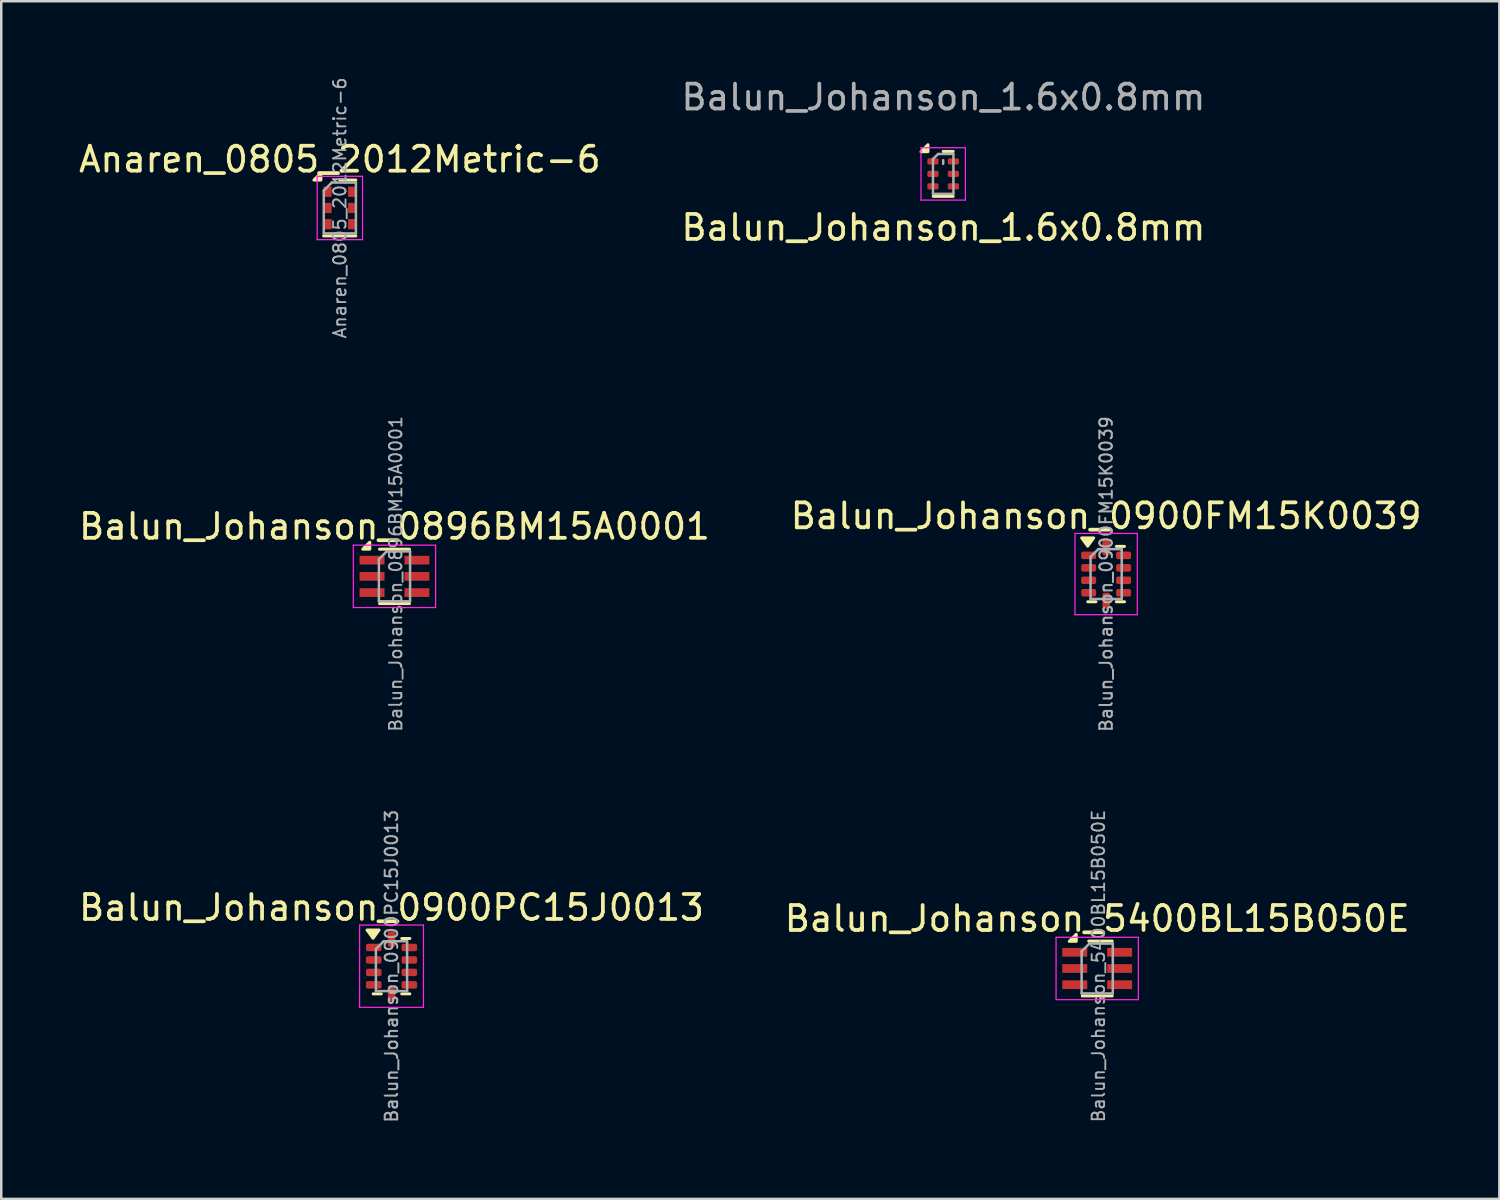
<source format=kicad_pcb>
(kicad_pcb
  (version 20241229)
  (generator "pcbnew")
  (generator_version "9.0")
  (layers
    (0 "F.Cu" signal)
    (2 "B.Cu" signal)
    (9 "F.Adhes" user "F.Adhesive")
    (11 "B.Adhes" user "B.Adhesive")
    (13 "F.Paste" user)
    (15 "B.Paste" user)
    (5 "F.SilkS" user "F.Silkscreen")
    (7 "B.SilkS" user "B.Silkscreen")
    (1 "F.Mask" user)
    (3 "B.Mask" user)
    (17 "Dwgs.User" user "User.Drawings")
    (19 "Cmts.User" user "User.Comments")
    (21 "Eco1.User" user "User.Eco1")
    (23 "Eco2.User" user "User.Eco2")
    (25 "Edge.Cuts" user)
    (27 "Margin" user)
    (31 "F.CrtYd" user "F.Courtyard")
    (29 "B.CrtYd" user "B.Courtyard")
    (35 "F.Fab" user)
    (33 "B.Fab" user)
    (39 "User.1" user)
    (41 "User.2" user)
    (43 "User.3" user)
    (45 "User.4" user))
  (footprint "Anaren_0805_2012Metric-6"
    (layer "F.Cu")
    (at 10.577 5.289)
    (property "Reference" "Anaren_0805_2012Metric-6" (at 0 -1.95 0) (layer "F.SilkS") (effects (font (size 1 1) (thickness 0.15))))
    (attr smd)
    (fp_line (start -0.65 1.12) (end 0.64 1.12) (stroke (width 0.12) (type solid)) (layer "F.SilkS"))
    (fp_line (start -0.005 -1.12) (end 0.64 -1.12) (stroke (width 0.12) (type solid)) (layer "F.SilkS"))
    (fp_poly (pts (xy -0.76 -1.12) (xy -1.04 -1.12) (xy -0.76 -1.4) (xy -0.76 -1.12)) (stroke (width 0.12) (type solid)) (fill yes) (layer "F.SilkS"))
    (fp_line (start -0.91 -1.27) (end 0.91 -1.27) (stroke (width 0.05) (type solid)) (layer "F.CrtYd"))
    (fp_line (start -0.91 1.27) (end -0.91 -1.27) (stroke (width 0.05) (type solid)) (layer "F.CrtYd"))
    (fp_line (start 0.91 -1.27) (end 0.91 1.27) (stroke (width 0.05) (type solid)) (layer "F.CrtYd"))
    (fp_line (start 0.91 1.27) (end -0.91 1.27) (stroke (width 0.05) (type solid)) (layer "F.CrtYd"))
    (fp_line (start -0.645 -0.698) (end -0.645 1.02) (stroke (width 0.1) (type solid)) (layer "F.Fab"))
    (fp_line (start -0.645 -0.698) (end -0.323 -1.02) (stroke (width 0.1) (type solid)) (layer "F.Fab"))
    (fp_line (start -0.645 1.02) (end 0.645 1.02) (stroke (width 0.1) (type solid)) (layer "F.Fab"))
    (fp_line (start 0.645 -1.02) (end -0.323 -1.02) (stroke (width 0.1) (type solid)) (layer "F.Fab"))
    (fp_line (start 0.645 1.02) (end 0.645 -1.02) (stroke (width 0.1) (type solid)) (layer "F.Fab"))
    (fp_text user "${REFERENCE}" (at 0 0 90) (layer "F.Fab") (effects (font (size 0.5 0.5) (thickness 0.075))))
    (pad "1" smd rect (at -0.495 -0.65 270) (size 0.41 0.33) (layers "F.Cu" "F.Mask" "F.Paste"))
    (pad "2" smd rect (at -0.495 0 270) (size 0.41 0.33) (layers "F.Cu" "F.Mask" "F.Paste"))
    (pad "3" smd rect (at -0.495 0.65 270) (size 0.41 0.33) (layers "F.Cu" "F.Mask" "F.Paste"))
    (pad "4" smd rect (at 0.495 0.65 270) (size 0.41 0.33) (layers "F.Cu" "F.Mask" "F.Paste"))
    (pad "5" smd rect (at 0.495 0 270) (size 0.41 0.33) (layers "F.Cu" "F.Mask" "F.Paste"))
    (pad "6" smd rect (at 0.495 -0.65 270) (size 0.41 0.33) (layers "F.Cu" "F.Mask" "F.Paste")))
  (footprint "Balun_Johanson_1.6x0.8mm"
    (layer "F.Cu")
    (at 34.77 3.923)
    (property "Reference" "Balun_Johanson_1.6x0.8mm" (at 0.01 2.15 0) (layer "F.SilkS") (effects (font (size 1 1) (thickness 0.15))))
    (attr smd)
    (fp_line (start -0.4 0.9) (end 0.4 0.9) (stroke (width 0.12) (type solid)) (layer "F.SilkS"))
    (fp_line (start 0 -0.9) (end 0.4 -0.9) (stroke (width 0.12) (type solid)) (layer "F.SilkS"))
    (fp_poly (pts (xy -0.61 -0.89) (xy -0.89 -0.89) (xy -0.61 -1.17) (xy -0.61 -0.89)) (stroke (width 0.12) (type solid)) (fill yes) (layer "F.SilkS"))
    (fp_line (start -0.89 -1.05) (end 0.89 -1.05) (stroke (width 0.05) (type solid)) (layer "F.CrtYd"))
    (fp_line (start -0.89 1.05) (end -0.89 -1.05) (stroke (width 0.05) (type solid)) (layer "F.CrtYd"))
    (fp_line (start 0.89 -1.05) (end 0.89 1.05) (stroke (width 0.05) (type solid)) (layer "F.CrtYd"))
    (fp_line (start 0.89 1.05) (end -0.89 1.05) (stroke (width 0.05) (type solid)) (layer "F.CrtYd"))
    (fp_line (start -0.41 -0.6) (end -0.41 0.8) (stroke (width 0.1) (type solid)) (layer "F.Fab"))
    (fp_line (start -0.41 -0.6) (end -0.2 -0.8) (stroke (width 0.1) (type solid)) (layer "F.Fab"))
    (fp_line (start -0.41 0.8) (end 0.41 0.8) (stroke (width 0.1) (type solid)) (layer "F.Fab"))
    (fp_line (start 0 -0.55) (end 0 -0.4) (stroke (width 0.1) (type solid)) (layer "F.Fab"))
    (fp_line (start 0.41 -0.8) (end -0.2 -0.8) (stroke (width 0.1) (type solid)) (layer "F.Fab"))
    (fp_line (start 0.41 0.8) (end 0.41 -0.8) (stroke (width 0.1) (type solid)) (layer "F.Fab"))
    (fp_text user "${REFERENCE}" (at 0.01 -3.075 0) (layer "F.Fab") (effects (font (size 1 1) (thickness 0.15))))
    (pad "1" smd roundrect (at -0.41 -0.5 180) (size 0.45 0.25) (layers "F.Cu" "F.Mask" "F.Paste") (roundrect_rratio 0.25))
    (pad "2" smd roundrect (at -0.41 0) (size 0.45 0.25) (layers "F.Cu" "F.Mask" "F.Paste") (roundrect_rratio 0.25))
    (pad "3" smd roundrect (at -0.41 0.5) (size 0.45 0.25) (layers "F.Cu" "F.Mask" "F.Paste") (roundrect_rratio 0.25))
    (pad "4" smd roundrect (at 0.41 0.5) (size 0.45 0.25) (layers "F.Cu" "F.Mask" "F.Paste") (roundrect_rratio 0.25))
    (pad "5" smd roundrect (at 0.41 0) (size 0.45 0.25) (layers "F.Cu" "F.Mask" "F.Paste") (roundrect_rratio 0.25))
    (pad "6" smd roundrect (at 0.41 -0.5) (size 0.45 0.25) (layers "F.Cu" "F.Mask" "F.Paste") (roundrect_rratio 0.25)))
  (footprint "Balun_Johanson_0900PC15J0013"
    (layer "F.Cu")
    (at 12.649 35.692)
    (property "Reference" "Balun_Johanson_0900PC15J0013" (at 0 -2.35 0) (layer "F.SilkS") (effects (font (size 1 1) (thickness 0.15))))
    (attr smd)
    (fp_line (start -0.41 1.11) (end -0.735 1.11) (stroke (width 0.12) (type solid)) (layer "F.SilkS"))
    (fp_line (start 0.41 -1.11) (end 0.735 -1.11) (stroke (width 0.12) (type solid)) (layer "F.SilkS"))
    (fp_line (start 0.41 1.11) (end 0.735 1.11) (stroke (width 0.12) (type solid)) (layer "F.SilkS"))
    (fp_poly (pts (xy -0.74 -1.12) (xy -0.98 -1.45) (xy -0.5 -1.45) (xy -0.74 -1.12)) (stroke (width 0.12) (type solid)) (fill yes) (layer "F.SilkS"))
    (fp_line (start -1.28 -1.65) (end -1.28 1.65) (stroke (width 0.05) (type solid)) (layer "F.CrtYd"))
    (fp_line (start -1.28 1.65) (end 1.28 1.65) (stroke (width 0.05) (type solid)) (layer "F.CrtYd"))
    (fp_line (start 1.28 -1.65) (end -1.28 -1.65) (stroke (width 0.05) (type solid)) (layer "F.CrtYd"))
    (fp_line (start 1.28 1.65) (end 1.28 -1.65) (stroke (width 0.05) (type solid)) (layer "F.CrtYd"))
    (fp_line (start -0.625 -0.688) (end -0.312 -1) (stroke (width 0.1) (type solid)) (layer "F.Fab"))
    (fp_line (start -0.625 1) (end -0.625 -0.688) (stroke (width 0.1) (type solid)) (layer "F.Fab"))
    (fp_line (start -0.312 -1) (end 0.625 -1) (stroke (width 0.1) (type solid)) (layer "F.Fab"))
    (fp_line (start 0.625 -1) (end 0.625 1) (stroke (width 0.1) (type solid)) (layer "F.Fab"))
    (fp_line (start 0.625 1) (end -0.625 1) (stroke (width 0.1) (type solid)) (layer "F.Fab"))
    (fp_text user "${REFERENCE}" (at 0 0 90) (layer "F.Fab") (effects (font (size 0.5 0.5) (thickness 0.08))))
    (pad "1" smd roundrect (at -0.713 -0.75) (size 0.625 0.3) (layers "F.Cu" "F.Mask" "F.Paste") (roundrect_rratio 0.25))
    (pad "2" smd roundrect (at -0.713 -0.25) (size 0.625 0.3) (layers "F.Cu" "F.Mask" "F.Paste") (roundrect_rratio 0.25))
    (pad "3" smd roundrect (at -0.713 0.25) (size 0.625 0.3) (layers "F.Cu" "F.Mask" "F.Paste") (roundrect_rratio 0.25))
    (pad "4" smd roundrect (at -0.713 0.75) (size 0.625 0.3) (layers "F.Cu" "F.Mask" "F.Paste") (roundrect_rratio 0.25))
    (pad "5" smd roundrect (at 0 1.087) (size 0.3 0.625) (layers "F.Cu" "F.Mask" "F.Paste") (roundrect_rratio 0.25))
    (pad "6" smd roundrect (at 0.713 0.75) (size 0.625 0.3) (layers "F.Cu" "F.Mask" "F.Paste") (roundrect_rratio 0.25))
    (pad "7" smd roundrect (at 0.713 0.25) (size 0.625 0.3) (layers "F.Cu" "F.Mask" "F.Paste") (roundrect_rratio 0.25))
    (pad "8" smd roundrect (at 0.713 -0.25) (size 0.625 0.3) (layers "F.Cu" "F.Mask" "F.Paste") (roundrect_rratio 0.25))
    (pad "9" smd roundrect (at 0.713 -0.75) (size 0.625 0.3) (layers "F.Cu" "F.Mask" "F.Paste") (roundrect_rratio 0.25))
    (pad "10" smd roundrect (at 0 -1.087) (size 0.3 0.625) (layers "F.Cu" "F.Mask" "F.Paste") (roundrect_rratio 0.25)))
  (footprint "Balun_Johanson_0900FM15K0039"
    (layer "F.Cu")
    (at 41.304 19.969)
    (property "Reference" "Balun_Johanson_0900FM15K0039" (at 0 -2.33 0) (layer "F.SilkS") (effects (font (size 1 1) (thickness 0.15))))
    (attr smd)
    (fp_line (start -0.41 1.11) (end -0.735 1.11) (stroke (width 0.12) (type solid)) (layer "F.SilkS"))
    (fp_line (start 0.41 -1.11) (end 0.735 -1.11) (stroke (width 0.12) (type solid)) (layer "F.SilkS"))
    (fp_line (start 0.41 1.11) (end 0.735 1.11) (stroke (width 0.12) (type solid)) (layer "F.SilkS"))
    (fp_poly (pts (xy -0.74 -1.12) (xy -0.98 -1.45) (xy -0.5 -1.45) (xy -0.74 -1.12)) (stroke (width 0.12) (type solid)) (fill yes) (layer "F.SilkS"))
    (fp_line (start -1.25 -1.63) (end -1.25 1.63) (stroke (width 0.05) (type solid)) (layer "F.CrtYd"))
    (fp_line (start -1.25 1.63) (end 1.25 1.63) (stroke (width 0.05) (type solid)) (layer "F.CrtYd"))
    (fp_line (start 1.25 -1.63) (end -1.25 -1.63) (stroke (width 0.05) (type solid)) (layer "F.CrtYd"))
    (fp_line (start 1.25 1.63) (end 1.25 -1.63) (stroke (width 0.05) (type solid)) (layer "F.CrtYd"))
    (fp_line (start -0.625 -0.688) (end -0.312 -1) (stroke (width 0.1) (type solid)) (layer "F.Fab"))
    (fp_line (start -0.625 1) (end -0.625 -0.688) (stroke (width 0.1) (type solid)) (layer "F.Fab"))
    (fp_line (start -0.312 -1) (end 0.625 -1) (stroke (width 0.1) (type solid)) (layer "F.Fab"))
    (fp_line (start 0.625 -1) (end 0.625 1) (stroke (width 0.1) (type solid)) (layer "F.Fab"))
    (fp_line (start 0.625 1) (end -0.625 1) (stroke (width 0.1) (type solid)) (layer "F.Fab"))
    (fp_text user "${REFERENCE}" (at 0 0 90) (layer "F.Fab") (effects (font (size 0.5 0.5) (thickness 0.08))))
    (pad "1" smd roundrect (at -0.7 -0.75) (size 0.6 0.3) (layers "F.Cu" "F.Mask" "F.Paste") (roundrect_rratio 0.25))
    (pad "2" smd roundrect (at -0.7 -0.25) (size 0.6 0.3) (layers "F.Cu" "F.Mask" "F.Paste") (roundrect_rratio 0.25))
    (pad "3" smd roundrect (at -0.7 0.25) (size 0.6 0.3) (layers "F.Cu" "F.Mask" "F.Paste") (roundrect_rratio 0.25))
    (pad "4" smd roundrect (at -0.7 0.75) (size 0.6 0.3) (layers "F.Cu" "F.Mask" "F.Paste") (roundrect_rratio 0.25))
    (pad "5" smd roundrect (at 0 1.062) (size 0.3 0.625) (layers "F.Cu" "F.Mask" "F.Paste") (roundrect_rratio 0.25))
    (pad "6" smd roundrect (at 0.7 0.75) (size 0.6 0.3) (layers "F.Cu" "F.Mask" "F.Paste") (roundrect_rratio 0.25))
    (pad "7" smd roundrect (at 0.7 0.25) (size 0.6 0.3) (layers "F.Cu" "F.Mask" "F.Paste") (roundrect_rratio 0.25))
    (pad "8" smd roundrect (at 0.7 -0.25) (size 0.6 0.3) (layers "F.Cu" "F.Mask" "F.Paste") (roundrect_rratio 0.25))
    (pad "9" smd roundrect (at 0.7 -0.75) (size 0.6 0.3) (layers "F.Cu" "F.Mask" "F.Paste") (roundrect_rratio 0.25))
    (pad "10" smd roundrect (at 0 -1.062) (size 0.3 0.625) (layers "F.Cu" "F.Mask" "F.Paste") (roundrect_rratio 0.25)))
  (footprint "Balun_Johanson_5400BL15B050E"
    (layer "F.Cu")
    (at 40.946 35.785)
    (property "Reference" "Balun_Johanson_5400BL15B050E" (at 0 -2 0) (layer "F.SilkS") (effects (font (size 1 1) (thickness 0.15))))
    (attr smd)
    (fp_line (start -0.6 1.1) (end 0.6 1.1) (stroke (width 0.12) (type solid)) (layer "F.SilkS"))
    (fp_line (start -0.34 -1.1) (end 0.6 -1.1) (stroke (width 0.12) (type solid)) (layer "F.SilkS"))
    (fp_poly (pts (xy -0.84 -1.09) (xy -1.12 -1.09) (xy -0.84 -1.37) (xy -0.84 -1.09)) (stroke (width 0.12) (type solid)) (fill yes) (layer "F.SilkS"))
    (fp_line (start -1.65 -1.25) (end -1.65 1.25) (stroke (width 0.05) (type solid)) (layer "F.CrtYd"))
    (fp_line (start -1.65 1.25) (end 1.65 1.25) (stroke (width 0.05) (type solid)) (layer "F.CrtYd"))
    (fp_line (start 1.65 -1.25) (end -1.65 -1.25) (stroke (width 0.05) (type solid)) (layer "F.CrtYd"))
    (fp_line (start 1.65 1.25) (end 1.65 -1.25) (stroke (width 0.05) (type solid)) (layer "F.CrtYd"))
    (fp_line (start -0.625 1) (end -0.625 -0.688) (stroke (width 0.1) (type solid)) (layer "F.Fab"))
    (fp_line (start -0.312 -1) (end -0.625 -0.688) (stroke (width 0.1) (type solid)) (layer "F.Fab"))
    (fp_line (start -0.312 -1) (end 0.625 -1) (stroke (width 0.1) (type solid)) (layer "F.Fab"))
    (fp_line (start 0.625 -1) (end 0.625 1) (stroke (width 0.1) (type solid)) (layer "F.Fab"))
    (fp_line (start 0.625 1) (end -0.625 1) (stroke (width 0.1) (type solid)) (layer "F.Fab"))
    (fp_text user "${REFERENCE}" (at 0.05 -0.1 90) (layer "F.Fab") (effects (font (size 0.5 0.5) (thickness 0.075))))
    (pad "1" smd rect (at -0.9 -0.65) (size 1 0.35) (layers "F.Cu" "F.Mask" "F.Paste"))
    (pad "2" smd rect (at -0.9 0) (size 1 0.35) (layers "F.Cu" "F.Mask" "F.Paste"))
    (pad "3" smd rect (at -0.9 0.65) (size 1 0.35) (layers "F.Cu" "F.Mask" "F.Paste"))
    (pad "4" smd rect (at 0.9 0.65) (size 1 0.35) (layers "F.Cu" "F.Mask" "F.Paste"))
    (pad "5" smd rect (at 0.9 0) (size 1 0.35) (layers "F.Cu" "F.Mask" "F.Paste"))
    (pad "6" smd rect (at 0.9 -0.65) (size 1 0.35) (layers "F.Cu" "F.Mask" "F.Paste")))
  (footprint "Balun_Johanson_0896BM15A0001"
    (layer "F.Cu")
    (at 12.768 20.061)
    (property "Reference" "Balun_Johanson_0896BM15A0001" (at 0 -2 0) (layer "F.SilkS") (effects (font (size 1 1) (thickness 0.15))))
    (attr smd)
    (fp_line (start -0.6 -1.09) (end 0.6 -1.09) (stroke (width 0.12) (type solid)) (layer "F.SilkS"))
    (fp_line (start -0.6 1.09) (end 0.6 1.09) (stroke (width 0.12) (type solid)) (layer "F.SilkS"))
    (fp_poly (pts (xy -0.99 -1.09) (xy -1.27 -1.09) (xy -0.99 -1.37) (xy -0.99 -1.09)) (stroke (width 0.12) (type solid)) (fill yes) (layer "F.SilkS"))
    (fp_line (start -1.65 -1.25) (end -1.65 1.25) (stroke (width 0.05) (type solid)) (layer "F.CrtYd"))
    (fp_line (start -1.65 1.25) (end 1.65 1.25) (stroke (width 0.05) (type solid)) (layer "F.CrtYd"))
    (fp_line (start 1.65 -1.25) (end -1.65 -1.25) (stroke (width 0.05) (type solid)) (layer "F.CrtYd"))
    (fp_line (start 1.65 1.25) (end 1.65 -1.25) (stroke (width 0.05) (type solid)) (layer "F.CrtYd"))
    (fp_line (start -0.625 1) (end -0.625 -0.688) (stroke (width 0.1) (type solid)) (layer "F.Fab"))
    (fp_line (start -0.312 -1) (end -0.625 -0.688) (stroke (width 0.1) (type solid)) (layer "F.Fab"))
    (fp_line (start -0.312 -1) (end 0.625 -1) (stroke (width 0.1) (type solid)) (layer "F.Fab"))
    (fp_line (start 0.625 -1) (end 0.625 1) (stroke (width 0.1) (type solid)) (layer "F.Fab"))
    (fp_line (start 0.625 1) (end -0.625 1) (stroke (width 0.1) (type solid)) (layer "F.Fab"))
    (fp_text user "${REFERENCE}" (at 0.05 -0.1 90) (layer "F.Fab") (effects (font (size 0.5 0.5) (thickness 0.075))))
    (pad "1" smd rect (at -0.9 -0.65) (size 1 0.35) (layers "F.Cu" "F.Mask" "F.Paste"))
    (pad "2" smd rect (at -0.9 0) (size 1 0.35) (layers "F.Cu" "F.Mask" "F.Paste"))
    (pad "3" smd rect (at -0.9 0.65) (size 1 0.35) (layers "F.Cu" "F.Mask" "F.Paste"))
    (pad "4" smd rect (at 0.9 0.65) (size 1 0.35) (layers "F.Cu" "F.Mask" "F.Paste"))
    (pad "5" smd rect (at 0.9 0) (size 1 0.35) (layers "F.Cu" "F.Mask" "F.Paste"))
    (pad "6" smd rect (at 0.9 -0.65) (size 1 0.35) (layers "F.Cu" "F.Mask" "F.Paste")))
  (gr_rect
    (start -3 -3)
    (end 57.071 45.024)
    (stroke (width 0.1) (type default))
    (fill no)
    (layer "Edge.Cuts")))
</source>
